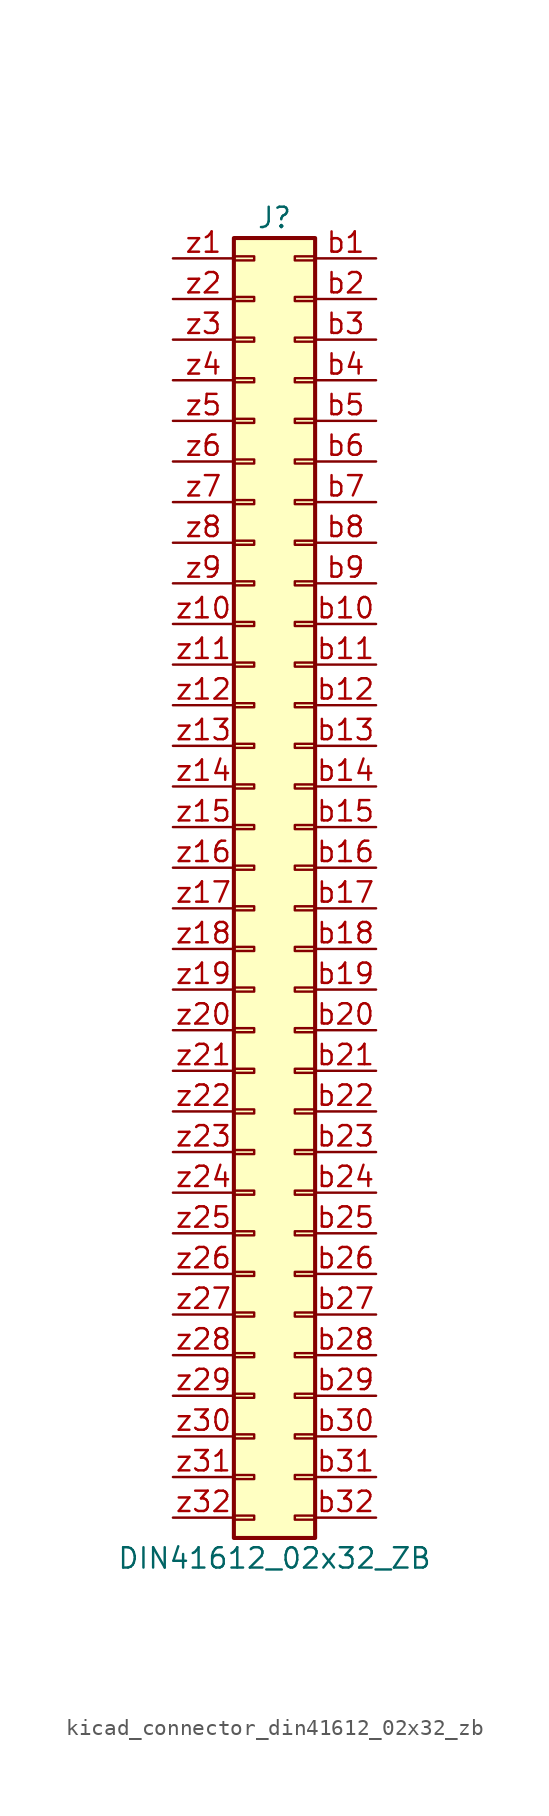
<source format=kicad_sym>
(kicad_symbol_lib
  (version 20220914)
  (generator kicad_symbol_editor)
  (symbol "kicad_connector_din41612_02x32_zb"
    (pin_names
      (offset 1.016) hide)
    (property "Reference" "J"
      (at 1.27 40.64 0)
      (effects (font (size 1.27 1.27))))
    (property "Value" "DIN41612_02x32_ZB"
      (at 1.27 -43.18 0)
      (effects (font (size 1.27 1.27))))
    (symbol "kicad_connector_din41612_02x32_zb_1_1"
      (rectangle (start -1.27 -40.513) (end 0 -40.767) (stroke (width 0.152) (type default)) (fill (type none)))
      (rectangle (start -1.27 -37.973) (end 0 -38.227) (stroke (width 0.152) (type default)) (fill (type none)))
      (rectangle (start -1.27 -35.433) (end 0 -35.687) (stroke (width 0.152) (type default)) (fill (type none)))
      (rectangle (start -1.27 -32.893) (end 0 -33.147) (stroke (width 0.152) (type default)) (fill (type none)))
      (rectangle (start -1.27 -30.353) (end 0 -30.607) (stroke (width 0.152) (type default)) (fill (type none)))
      (rectangle (start -1.27 -27.813) (end 0 -28.067) (stroke (width 0.152) (type default)) (fill (type none)))
      (rectangle (start -1.27 -25.273) (end 0 -25.527) (stroke (width 0.152) (type default)) (fill (type none)))
      (rectangle (start -1.27 -22.733) (end 0 -22.987) (stroke (width 0.152) (type default)) (fill (type none)))
      (rectangle (start -1.27 -20.193) (end 0 -20.447) (stroke (width 0.152) (type default)) (fill (type none)))
      (rectangle (start -1.27 -17.653) (end 0 -17.907) (stroke (width 0.152) (type default)) (fill (type none)))
      (rectangle (start -1.27 -15.113) (end 0 -15.367) (stroke (width 0.152) (type default)) (fill (type none)))
      (rectangle (start -1.27 -12.573) (end 0 -12.827) (stroke (width 0.152) (type default)) (fill (type none)))
      (rectangle (start -1.27 -10.033) (end 0 -10.287) (stroke (width 0.152) (type default)) (fill (type none)))
      (rectangle (start -1.27 -7.493) (end 0 -7.747) (stroke (width 0.152) (type default)) (fill (type none)))
      (rectangle (start -1.27 -4.953) (end 0 -5.207) (stroke (width 0.152) (type default)) (fill (type none)))
      (rectangle (start -1.27 -2.413) (end 0 -2.667) (stroke (width 0.152) (type default)) (fill (type none)))
      (rectangle (start -1.27 0.127) (end 0 -0.127) (stroke (width 0.152) (type default)) (fill (type none)))
      (rectangle (start -1.27 2.667) (end 0 2.413) (stroke (width 0.152) (type default)) (fill (type none)))
      (rectangle (start -1.27 5.207) (end 0 4.953) (stroke (width 0.152) (type default)) (fill (type none)))
      (rectangle (start -1.27 7.747) (end 0 7.493) (stroke (width 0.152) (type default)) (fill (type none)))
      (rectangle (start -1.27 10.287) (end 0 10.033) (stroke (width 0.152) (type default)) (fill (type none)))
      (rectangle (start -1.27 12.827) (end 0 12.573) (stroke (width 0.152) (type default)) (fill (type none)))
      (rectangle (start -1.27 15.367) (end 0 15.113) (stroke (width 0.152) (type default)) (fill (type none)))
      (rectangle (start -1.27 17.907) (end 0 17.653) (stroke (width 0.152) (type default)) (fill (type none)))
      (rectangle (start -1.27 20.447) (end 0 20.193) (stroke (width 0.152) (type default)) (fill (type none)))
      (rectangle (start -1.27 22.987) (end 0 22.733) (stroke (width 0.152) (type default)) (fill (type none)))
      (rectangle (start -1.27 25.527) (end 0 25.273) (stroke (width 0.152) (type default)) (fill (type none)))
      (rectangle (start -1.27 28.067) (end 0 27.813) (stroke (width 0.152) (type default)) (fill (type none)))
      (rectangle (start -1.27 30.607) (end 0 30.353) (stroke (width 0.152) (type default)) (fill (type none)))
      (rectangle (start -1.27 33.147) (end 0 32.893) (stroke (width 0.152) (type default)) (fill (type none)))
      (rectangle (start -1.27 35.687) (end 0 35.433) (stroke (width 0.152) (type default)) (fill (type none)))
      (rectangle (start -1.27 38.227) (end 0 37.973) (stroke (width 0.152) (type default)) (fill (type none)))
      (rectangle (start -1.27 39.37) (end 3.81 -41.91) (stroke (width 0.254) (type default)) (fill (type background)))
      (rectangle (start 3.81 -40.513) (end 2.54 -40.767) (stroke (width 0.152) (type default)) (fill (type none)))
      (rectangle (start 3.81 -37.973) (end 2.54 -38.227) (stroke (width 0.152) (type default)) (fill (type none)))
      (rectangle (start 3.81 -35.433) (end 2.54 -35.687) (stroke (width 0.152) (type default)) (fill (type none)))
      (rectangle (start 3.81 -32.893) (end 2.54 -33.147) (stroke (width 0.152) (type default)) (fill (type none)))
      (rectangle (start 3.81 -30.353) (end 2.54 -30.607) (stroke (width 0.152) (type default)) (fill (type none)))
      (rectangle (start 3.81 -27.813) (end 2.54 -28.067) (stroke (width 0.152) (type default)) (fill (type none)))
      (rectangle (start 3.81 -25.273) (end 2.54 -25.527) (stroke (width 0.152) (type default)) (fill (type none)))
      (rectangle (start 3.81 -22.733) (end 2.54 -22.987) (stroke (width 0.152) (type default)) (fill (type none)))
      (rectangle (start 3.81 -20.193) (end 2.54 -20.447) (stroke (width 0.152) (type default)) (fill (type none)))
      (rectangle (start 3.81 -17.653) (end 2.54 -17.907) (stroke (width 0.152) (type default)) (fill (type none)))
      (rectangle (start 3.81 -15.113) (end 2.54 -15.367) (stroke (width 0.152) (type default)) (fill (type none)))
      (rectangle (start 3.81 -12.573) (end 2.54 -12.827) (stroke (width 0.152) (type default)) (fill (type none)))
      (rectangle (start 3.81 -10.033) (end 2.54 -10.287) (stroke (width 0.152) (type default)) (fill (type none)))
      (rectangle (start 3.81 -7.493) (end 2.54 -7.747) (stroke (width 0.152) (type default)) (fill (type none)))
      (rectangle (start 3.81 -4.953) (end 2.54 -5.207) (stroke (width 0.152) (type default)) (fill (type none)))
      (rectangle (start 3.81 -2.413) (end 2.54 -2.667) (stroke (width 0.152) (type default)) (fill (type none)))
      (rectangle (start 3.81 0.127) (end 2.54 -0.127) (stroke (width 0.152) (type default)) (fill (type none)))
      (rectangle (start 3.81 2.667) (end 2.54 2.413) (stroke (width 0.152) (type default)) (fill (type none)))
      (rectangle (start 3.81 5.207) (end 2.54 4.953) (stroke (width 0.152) (type default)) (fill (type none)))
      (rectangle (start 3.81 7.747) (end 2.54 7.493) (stroke (width 0.152) (type default)) (fill (type none)))
      (rectangle (start 3.81 10.287) (end 2.54 10.033) (stroke (width 0.152) (type default)) (fill (type none)))
      (rectangle (start 3.81 12.827) (end 2.54 12.573) (stroke (width 0.152) (type default)) (fill (type none)))
      (rectangle (start 3.81 15.367) (end 2.54 15.113) (stroke (width 0.152) (type default)) (fill (type none)))
      (rectangle (start 3.81 17.907) (end 2.54 17.653) (stroke (width 0.152) (type default)) (fill (type none)))
      (rectangle (start 3.81 20.447) (end 2.54 20.193) (stroke (width 0.152) (type default)) (fill (type none)))
      (rectangle (start 3.81 22.987) (end 2.54 22.733) (stroke (width 0.152) (type default)) (fill (type none)))
      (rectangle (start 3.81 25.527) (end 2.54 25.273) (stroke (width 0.152) (type default)) (fill (type none)))
      (rectangle (start 3.81 28.067) (end 2.54 27.813) (stroke (width 0.152) (type default)) (fill (type none)))
      (rectangle (start 3.81 30.607) (end 2.54 30.353) (stroke (width 0.152) (type default)) (fill (type none)))
      (rectangle (start 3.81 33.147) (end 2.54 32.893) (stroke (width 0.152) (type default)) (fill (type none)))
      (rectangle (start 3.81 35.687) (end 2.54 35.433) (stroke (width 0.152) (type default)) (fill (type none)))
      (rectangle (start 3.81 38.227) (end 2.54 37.973) (stroke (width 0.152) (type default)) (fill (type none)))
      (pin passive line (at 7.62 38.1 180) (length 3.81) (name "Pin_b1" (effects (font (size 1.27 1.27)))) (number "b1" (effects (font (size 1.27 1.27)))))
      (pin passive line (at 7.62 15.24 180) (length 3.81) (name "Pin_b10" (effects (font (size 1.27 1.27)))) (number "b10" (effects (font (size 1.27 1.27)))))
      (pin passive line (at 7.62 12.7 180) (length 3.81) (name "Pin_b11" (effects (font (size 1.27 1.27)))) (number "b11" (effects (font (size 1.27 1.27)))))
      (pin passive line (at 7.62 10.16 180) (length 3.81) (name "Pin_b12" (effects (font (size 1.27 1.27)))) (number "b12" (effects (font (size 1.27 1.27)))))
      (pin passive line (at 7.62 7.62 180) (length 3.81) (name "Pin_b13" (effects (font (size 1.27 1.27)))) (number "b13" (effects (font (size 1.27 1.27)))))
      (pin passive line (at 7.62 5.08 180) (length 3.81) (name "Pin_b14" (effects (font (size 1.27 1.27)))) (number "b14" (effects (font (size 1.27 1.27)))))
      (pin passive line (at 7.62 2.54 180) (length 3.81) (name "Pin_b15" (effects (font (size 1.27 1.27)))) (number "b15" (effects (font (size 1.27 1.27)))))
      (pin passive line (at 7.62 0 180) (length 3.81) (name "Pin_b16" (effects (font (size 1.27 1.27)))) (number "b16" (effects (font (size 1.27 1.27)))))
      (pin passive line (at 7.62 -2.54 180) (length 3.81) (name "Pin_b17" (effects (font (size 1.27 1.27)))) (number "b17" (effects (font (size 1.27 1.27)))))
      (pin passive line (at 7.62 -5.08 180) (length 3.81) (name "Pin_b18" (effects (font (size 1.27 1.27)))) (number "b18" (effects (font (size 1.27 1.27)))))
      (pin passive line (at 7.62 -7.62 180) (length 3.81) (name "Pin_b19" (effects (font (size 1.27 1.27)))) (number "b19" (effects (font (size 1.27 1.27)))))
      (pin passive line (at 7.62 35.56 180) (length 3.81) (name "Pin_b2" (effects (font (size 1.27 1.27)))) (number "b2" (effects (font (size 1.27 1.27)))))
      (pin passive line (at 7.62 -10.16 180) (length 3.81) (name "Pin_b20" (effects (font (size 1.27 1.27)))) (number "b20" (effects (font (size 1.27 1.27)))))
      (pin passive line (at 7.62 -12.7 180) (length 3.81) (name "Pin_b21" (effects (font (size 1.27 1.27)))) (number "b21" (effects (font (size 1.27 1.27)))))
      (pin passive line (at 7.62 -15.24 180) (length 3.81) (name "Pin_b22" (effects (font (size 1.27 1.27)))) (number "b22" (effects (font (size 1.27 1.27)))))
      (pin passive line (at 7.62 -17.78 180) (length 3.81) (name "Pin_b23" (effects (font (size 1.27 1.27)))) (number "b23" (effects (font (size 1.27 1.27)))))
      (pin passive line (at 7.62 -20.32 180) (length 3.81) (name "Pin_b24" (effects (font (size 1.27 1.27)))) (number "b24" (effects (font (size 1.27 1.27)))))
      (pin passive line (at 7.62 -22.86 180) (length 3.81) (name "Pin_b25" (effects (font (size 1.27 1.27)))) (number "b25" (effects (font (size 1.27 1.27)))))
      (pin passive line (at 7.62 -25.4 180) (length 3.81) (name "Pin_b26" (effects (font (size 1.27 1.27)))) (number "b26" (effects (font (size 1.27 1.27)))))
      (pin passive line (at 7.62 -27.94 180) (length 3.81) (name "Pin_b27" (effects (font (size 1.27 1.27)))) (number "b27" (effects (font (size 1.27 1.27)))))
      (pin passive line (at 7.62 -30.48 180) (length 3.81) (name "Pin_b28" (effects (font (size 1.27 1.27)))) (number "b28" (effects (font (size 1.27 1.27)))))
      (pin passive line (at 7.62 -33.02 180) (length 3.81) (name "Pin_b29" (effects (font (size 1.27 1.27)))) (number "b29" (effects (font (size 1.27 1.27)))))
      (pin passive line (at 7.62 33.02 180) (length 3.81) (name "Pin_b3" (effects (font (size 1.27 1.27)))) (number "b3" (effects (font (size 1.27 1.27)))))
      (pin passive line (at 7.62 -35.56 180) (length 3.81) (name "Pin_b30" (effects (font (size 1.27 1.27)))) (number "b30" (effects (font (size 1.27 1.27)))))
      (pin passive line (at 7.62 -38.1 180) (length 3.81) (name "Pin_b31" (effects (font (size 1.27 1.27)))) (number "b31" (effects (font (size 1.27 1.27)))))
      (pin passive line (at 7.62 -40.64 180) (length 3.81) (name "Pin_b32" (effects (font (size 1.27 1.27)))) (number "b32" (effects (font (size 1.27 1.27)))))
      (pin passive line (at 7.62 30.48 180) (length 3.81) (name "Pin_b4" (effects (font (size 1.27 1.27)))) (number "b4" (effects (font (size 1.27 1.27)))))
      (pin passive line (at 7.62 27.94 180) (length 3.81) (name "Pin_b5" (effects (font (size 1.27 1.27)))) (number "b5" (effects (font (size 1.27 1.27)))))
      (pin passive line (at 7.62 25.4 180) (length 3.81) (name "Pin_b6" (effects (font (size 1.27 1.27)))) (number "b6" (effects (font (size 1.27 1.27)))))
      (pin passive line (at 7.62 22.86 180) (length 3.81) (name "Pin_b7" (effects (font (size 1.27 1.27)))) (number "b7" (effects (font (size 1.27 1.27)))))
      (pin passive line (at 7.62 20.32 180) (length 3.81) (name "Pin_b8" (effects (font (size 1.27 1.27)))) (number "b8" (effects (font (size 1.27 1.27)))))
      (pin passive line (at 7.62 17.78 180) (length 3.81) (name "Pin_b9" (effects (font (size 1.27 1.27)))) (number "b9" (effects (font (size 1.27 1.27)))))
      (pin passive line (at -5.08 38.1 0) (length 3.81) (name "Pin_z1" (effects (font (size 1.27 1.27)))) (number "z1" (effects (font (size 1.27 1.27)))))
      (pin passive line (at -5.08 15.24 0) (length 3.81) (name "Pin_z10" (effects (font (size 1.27 1.27)))) (number "z10" (effects (font (size 1.27 1.27)))))
      (pin passive line (at -5.08 12.7 0) (length 3.81) (name "Pin_z11" (effects (font (size 1.27 1.27)))) (number "z11" (effects (font (size 1.27 1.27)))))
      (pin passive line (at -5.08 10.16 0) (length 3.81) (name "Pin_z12" (effects (font (size 1.27 1.27)))) (number "z12" (effects (font (size 1.27 1.27)))))
      (pin passive line (at -5.08 7.62 0) (length 3.81) (name "Pin_z13" (effects (font (size 1.27 1.27)))) (number "z13" (effects (font (size 1.27 1.27)))))
      (pin passive line (at -5.08 5.08 0) (length 3.81) (name "Pin_z14" (effects (font (size 1.27 1.27)))) (number "z14" (effects (font (size 1.27 1.27)))))
      (pin passive line (at -5.08 2.54 0) (length 3.81) (name "Pin_z15" (effects (font (size 1.27 1.27)))) (number "z15" (effects (font (size 1.27 1.27)))))
      (pin passive line (at -5.08 0 0) (length 3.81) (name "Pin_z16" (effects (font (size 1.27 1.27)))) (number "z16" (effects (font (size 1.27 1.27)))))
      (pin passive line (at -5.08 -2.54 0) (length 3.81) (name "Pin_z17" (effects (font (size 1.27 1.27)))) (number "z17" (effects (font (size 1.27 1.27)))))
      (pin passive line (at -5.08 -5.08 0) (length 3.81) (name "Pin_z18" (effects (font (size 1.27 1.27)))) (number "z18" (effects (font (size 1.27 1.27)))))
      (pin passive line (at -5.08 -7.62 0) (length 3.81) (name "Pin_z19" (effects (font (size 1.27 1.27)))) (number "z19" (effects (font (size 1.27 1.27)))))
      (pin passive line (at -5.08 35.56 0) (length 3.81) (name "Pin_z2" (effects (font (size 1.27 1.27)))) (number "z2" (effects (font (size 1.27 1.27)))))
      (pin passive line (at -5.08 -10.16 0) (length 3.81) (name "Pin_z20" (effects (font (size 1.27 1.27)))) (number "z20" (effects (font (size 1.27 1.27)))))
      (pin passive line (at -5.08 -12.7 0) (length 3.81) (name "Pin_z21" (effects (font (size 1.27 1.27)))) (number "z21" (effects (font (size 1.27 1.27)))))
      (pin passive line (at -5.08 -15.24 0) (length 3.81) (name "Pin_z22" (effects (font (size 1.27 1.27)))) (number "z22" (effects (font (size 1.27 1.27)))))
      (pin passive line (at -5.08 -17.78 0) (length 3.81) (name "Pin_z23" (effects (font (size 1.27 1.27)))) (number "z23" (effects (font (size 1.27 1.27)))))
      (pin passive line (at -5.08 -20.32 0) (length 3.81) (name "Pin_z24" (effects (font (size 1.27 1.27)))) (number "z24" (effects (font (size 1.27 1.27)))))
      (pin passive line (at -5.08 -22.86 0) (length 3.81) (name "Pin_z25" (effects (font (size 1.27 1.27)))) (number "z25" (effects (font (size 1.27 1.27)))))
      (pin passive line (at -5.08 -25.4 0) (length 3.81) (name "Pin_z26" (effects (font (size 1.27 1.27)))) (number "z26" (effects (font (size 1.27 1.27)))))
      (pin passive line (at -5.08 -27.94 0) (length 3.81) (name "Pin_z27" (effects (font (size 1.27 1.27)))) (number "z27" (effects (font (size 1.27 1.27)))))
      (pin passive line (at -5.08 -30.48 0) (length 3.81) (name "Pin_z28" (effects (font (size 1.27 1.27)))) (number "z28" (effects (font (size 1.27 1.27)))))
      (pin passive line (at -5.08 -33.02 0) (length 3.81) (name "Pin_z29" (effects (font (size 1.27 1.27)))) (number "z29" (effects (font (size 1.27 1.27)))))
      (pin passive line (at -5.08 33.02 0) (length 3.81) (name "Pin_z3" (effects (font (size 1.27 1.27)))) (number "z3" (effects (font (size 1.27 1.27)))))
      (pin passive line (at -5.08 -35.56 0) (length 3.81) (name "Pin_z30" (effects (font (size 1.27 1.27)))) (number "z30" (effects (font (size 1.27 1.27)))))
      (pin passive line (at -5.08 -38.1 0) (length 3.81) (name "Pin_z31" (effects (font (size 1.27 1.27)))) (number "z31" (effects (font (size 1.27 1.27)))))
      (pin passive line (at -5.08 -40.64 0) (length 3.81) (name "Pin_z32" (effects (font (size 1.27 1.27)))) (number "z32" (effects (font (size 1.27 1.27)))))
      (pin passive line (at -5.08 30.48 0) (length 3.81) (name "Pin_z4" (effects (font (size 1.27 1.27)))) (number "z4" (effects (font (size 1.27 1.27)))))
      (pin passive line (at -5.08 27.94 0) (length 3.81) (name "Pin_z5" (effects (font (size 1.27 1.27)))) (number "z5" (effects (font (size 1.27 1.27)))))
      (pin passive line (at -5.08 25.4 0) (length 3.81) (name "Pin_z6" (effects (font (size 1.27 1.27)))) (number "z6" (effects (font (size 1.27 1.27)))))
      (pin passive line (at -5.08 22.86 0) (length 3.81) (name "Pin_z7" (effects (font (size 1.27 1.27)))) (number "z7" (effects (font (size 1.27 1.27)))))
      (pin passive line (at -5.08 20.32 0) (length 3.81) (name "Pin_z8" (effects (font (size 1.27 1.27)))) (number "z8" (effects (font (size 1.27 1.27)))))
      (pin passive line (at -5.08 17.78 0) (length 3.81) (name "Pin_z9" (effects (font (size 1.27 1.27)))) (number "z9" (effects (font (size 1.27 1.27))))))))
</source>
